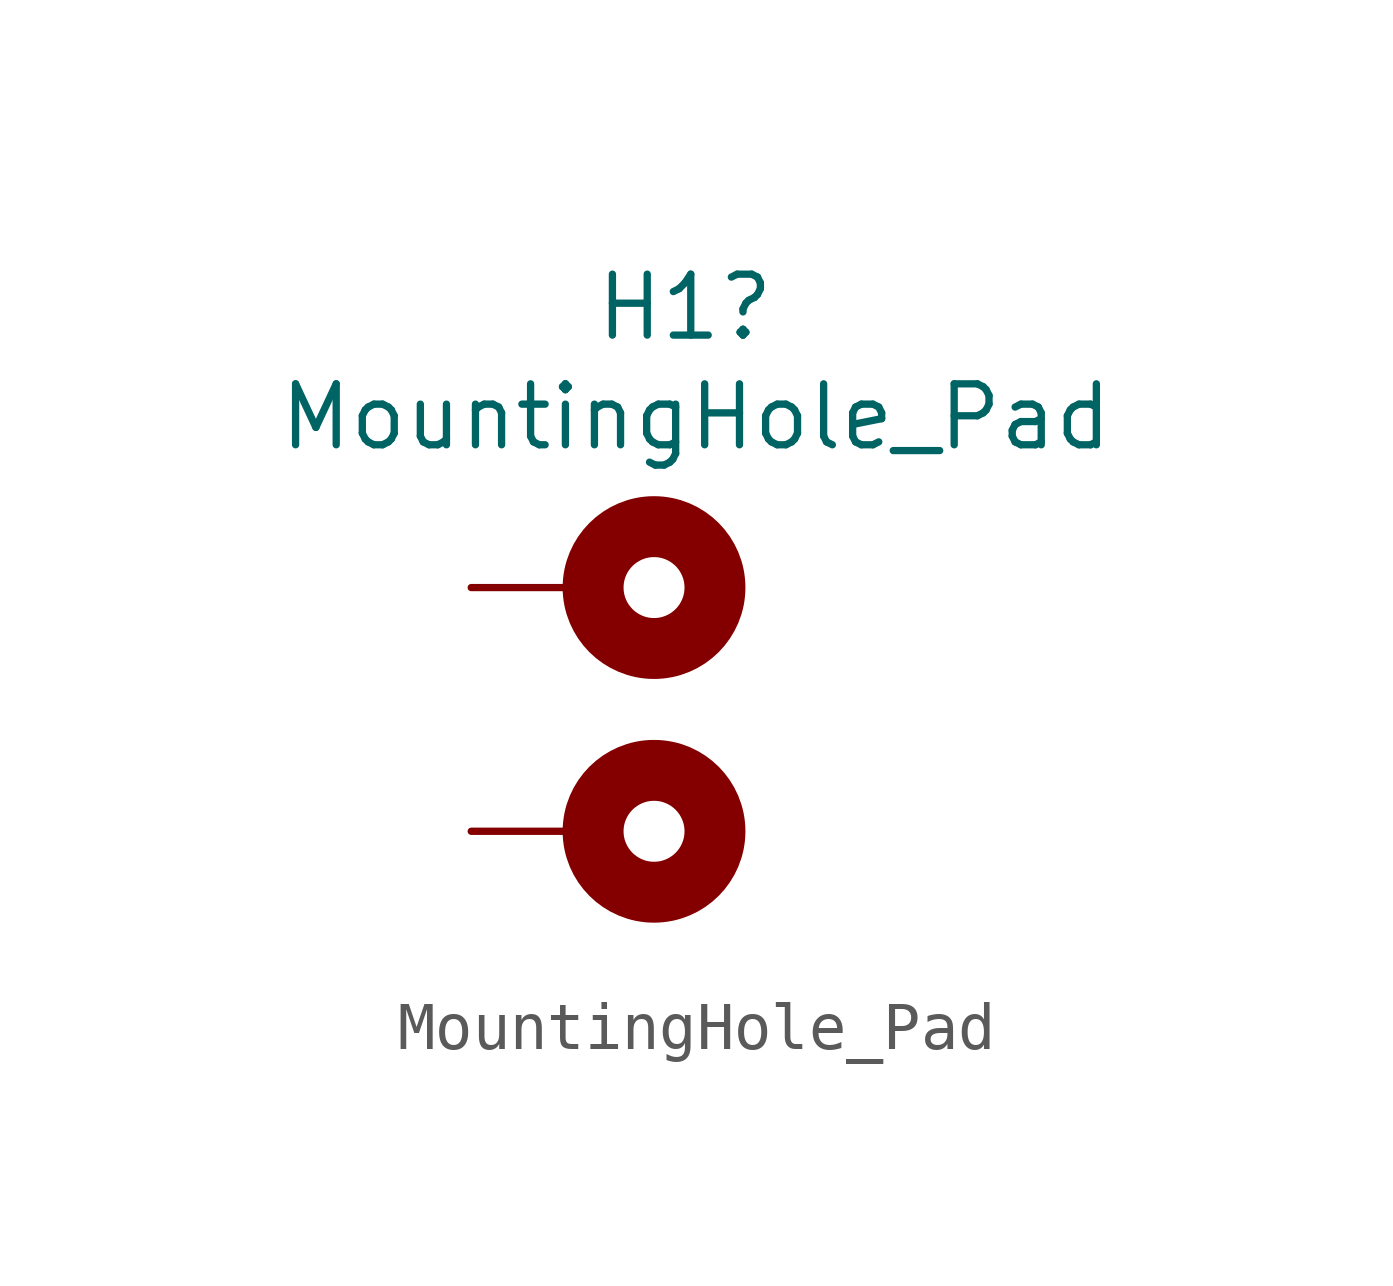
<source format=kicad_sym>
(kicad_symbol_lib
  (version 20231120)
  (generator "kicad_symbol_editor")
  (generator_version "8.0")
  (symbol "MountingHole_Pad"
    (pin_numbers hide)
    (pin_names
      (offset 1.016) hide)
    (property "Reference" "H1"
      (at -1.27 8.382 0)
      (effects (font (size 1.27 1.27)) (justify left)))
    (property "Value" "MountingHole_Pad"
      (at -7.874 6.096 0)
      (effects (font (size 1.27 1.27)) (justify left)))
    (symbol "MountingHole_Pad_0_1"
      (circle (center 0 -2.54) (radius 1.27) (stroke (width 1.27) (type default)) (fill (type none)))
      (circle (center 0 2.54) (radius 1.27) (stroke (width 1.27) (type default)) (fill (type none))))
    (symbol "MountingHole_Pad_1_1"
      (pin input line (at -3.81 -2.54 0) (length 2.54) (name "2" (effects (font (size 1.27 1.27)))) (number "" (effects (font (size 1.27 1.27)))))
      (pin input line (at -3.81 2.54 0) (length 2.54) (name "1" (effects (font (size 1.27 1.27)))) (number "1" (effects (font (size 1.27 1.27))))))))
</source>
